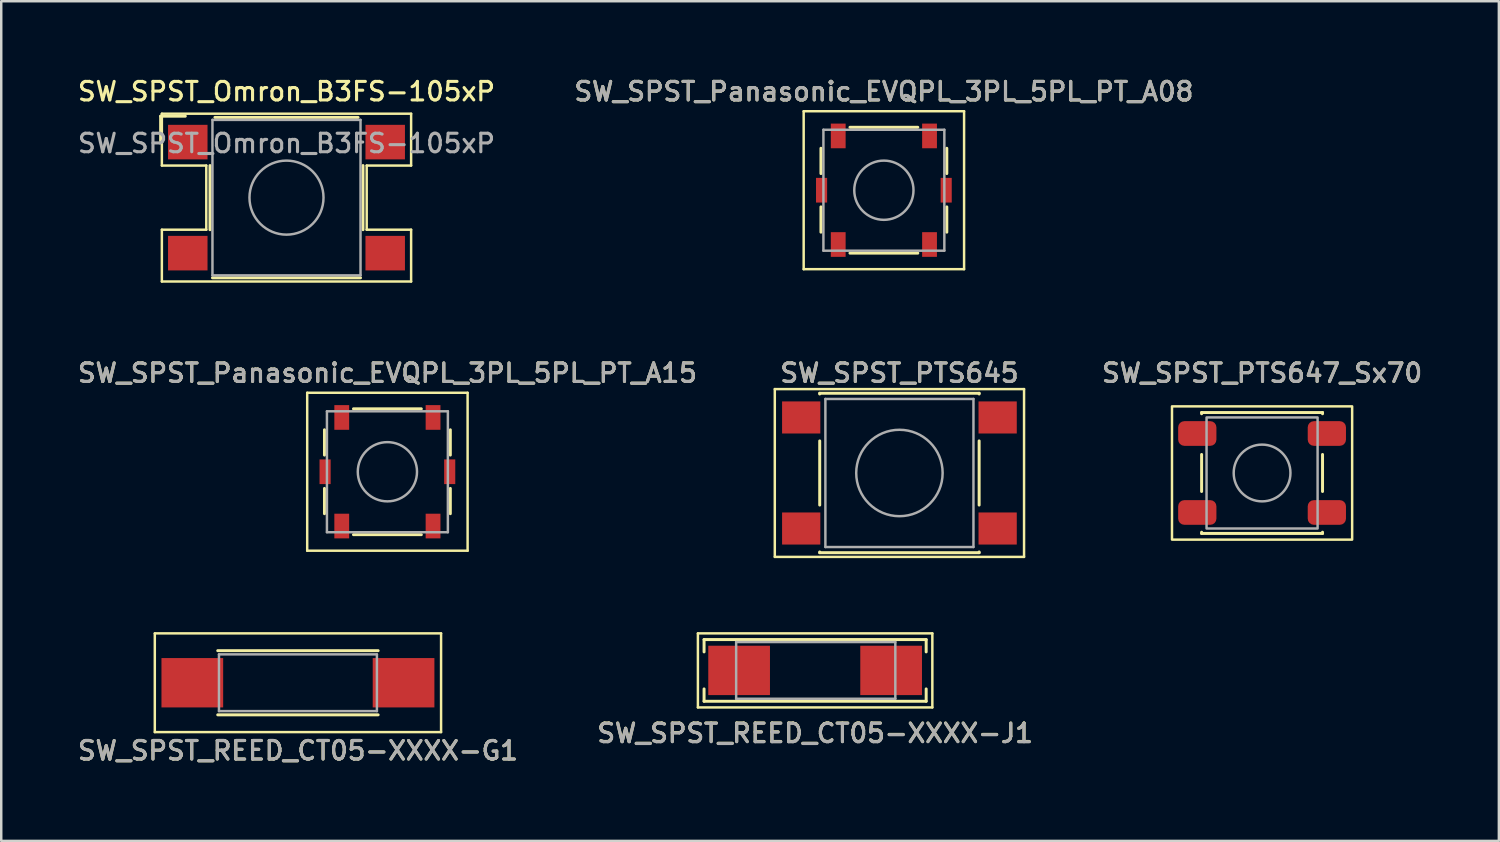
<source format=kicad_pcb>
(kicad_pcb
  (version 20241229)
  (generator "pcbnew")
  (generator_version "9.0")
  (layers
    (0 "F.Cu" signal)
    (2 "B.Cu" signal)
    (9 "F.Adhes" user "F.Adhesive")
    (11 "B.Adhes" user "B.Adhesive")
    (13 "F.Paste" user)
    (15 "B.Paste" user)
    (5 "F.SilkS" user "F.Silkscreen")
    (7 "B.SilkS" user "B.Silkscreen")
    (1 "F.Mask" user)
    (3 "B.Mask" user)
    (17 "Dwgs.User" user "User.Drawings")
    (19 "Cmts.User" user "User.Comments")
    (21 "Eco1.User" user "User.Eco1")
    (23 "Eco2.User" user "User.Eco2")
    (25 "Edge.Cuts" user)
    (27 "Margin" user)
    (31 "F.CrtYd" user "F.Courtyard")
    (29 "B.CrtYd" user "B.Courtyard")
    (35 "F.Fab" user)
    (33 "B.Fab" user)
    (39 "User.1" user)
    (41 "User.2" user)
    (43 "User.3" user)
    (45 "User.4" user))
  (footprint "SW_SPST_REED_CT05-XXXX-J1"
    (layer "F.Cu")
    (at 29.98 24.116)
    (property "Reference" "SW_SPST_REED_CT05-XXXX-J1" (at 0 2.54 0) (layer "F.SilkS") (effects (font (size 0.75 0.75) (thickness 0.125))))
    (attr smd)
    (fp_line (start -4.75 -1.5) (end -4.75 1.5) (stroke (width 0.1) (type solid)) (layer "F.SilkS"))
    (fp_line (start -4.75 1.5) (end 4.75 1.5) (stroke (width 0.1) (type solid)) (layer "F.SilkS"))
    (fp_line (start -4.5 -1.25) (end -4.5 -0.75) (stroke (width 0.12) (type solid)) (layer "F.SilkS"))
    (fp_line (start -4.5 0.75) (end -4.5 1.25) (stroke (width 0.12) (type solid)) (layer "F.SilkS"))
    (fp_line (start -4.5 1.25) (end 4.5 1.25) (stroke (width 0.12) (type solid)) (layer "F.SilkS"))
    (fp_line (start 4.5 -1.25) (end -4.5 -1.25) (stroke (width 0.12) (type solid)) (layer "F.SilkS"))
    (fp_line (start 4.5 -0.75) (end 4.5 -1.25) (stroke (width 0.12) (type solid)) (layer "F.SilkS"))
    (fp_line (start 4.5 1.25) (end 4.5 0.75) (stroke (width 0.12) (type solid)) (layer "F.SilkS"))
    (fp_line (start 4.75 -1.5) (end -4.75 -1.5) (stroke (width 0.1) (type solid)) (layer "F.SilkS"))
    (fp_line (start 4.75 1.5) (end 4.75 -1.5) (stroke (width 0.1) (type solid)) (layer "F.SilkS"))
    (fp_line (start -3.2 -1.15) (end 3.25 -1.15) (stroke (width 0.1) (type solid)) (layer "F.Fab"))
    (fp_line (start -3.2 1.15) (end -3.2 -1.15) (stroke (width 0.1) (type solid)) (layer "F.Fab"))
    (fp_line (start 3.25 -1.15) (end 3.25 1.15) (stroke (width 0.1) (type solid)) (layer "F.Fab"))
    (fp_line (start 3.25 1.15) (end -3.2 1.15) (stroke (width 0.1) (type solid)) (layer "F.Fab"))
    (fp_text user "${REFERENCE}" (at 0 2.55 0) (layer "F.Fab") (effects (font (size 0.75 0.75) (thickness 0.125))))
    (pad "1" smd rect (at -3.08 0) (size 2.5 2) (layers "F.Cu" "F.Mask" "F.Paste"))
    (pad "2" smd rect (at 3.08 0) (size 2.5 2) (layers "F.Cu" "F.Mask" "F.Paste")))
  (footprint "SW_SPST_Omron_B3FS-105xP"
    (layer "F.Cu")
    (at 8.559 4.958)
    (property "Reference" "SW_SPST_Omron_B3FS-105xP" (at 0 -4.3 0) (layer "F.SilkS") (effects (font (size 0.75 0.75) (thickness 0.125))))
    (attr smd)
    (fp_line (start -5.1 -3.3) (end -4.1 -3.3) (stroke (width 0.12) (type solid)) (layer "F.SilkS"))
    (fp_line (start -5.1 -2.3) (end -5.1 -3.3) (stroke (width 0.12) (type solid)) (layer "F.SilkS"))
    (fp_line (start -5.05 -3.4) (end 5.05 -3.4) (stroke (width 0.1) (type solid)) (layer "F.SilkS"))
    (fp_line (start -5.05 -1.3) (end -5.05 -3.4) (stroke (width 0.1) (type solid)) (layer "F.SilkS"))
    (fp_line (start -5.05 1.3) (end -3.25 1.3) (stroke (width 0.1) (type solid)) (layer "F.SilkS"))
    (fp_line (start -5.05 3.4) (end -5.05 1.3) (stroke (width 0.1) (type solid)) (layer "F.SilkS"))
    (fp_line (start -3.25 -1.3) (end -5.05 -1.3) (stroke (width 0.1) (type solid)) (layer "F.SilkS"))
    (fp_line (start -3.25 1.3) (end -3.25 -1.3) (stroke (width 0.1) (type solid)) (layer "F.SilkS"))
    (fp_line (start -3.1 -1.3) (end -3.1 1.3) (stroke (width 0.12) (type solid)) (layer "F.SilkS"))
    (fp_line (start 2.9 -3.25) (end -2.9 -3.25) (stroke (width 0.12) (type solid)) (layer "F.SilkS"))
    (fp_line (start 3 3.25) (end -3 3.25) (stroke (width 0.12) (type solid)) (layer "F.SilkS"))
    (fp_line (start 3.1 -1.3) (end 3.1 1.3) (stroke (width 0.12) (type solid)) (layer "F.SilkS"))
    (fp_line (start 3.25 -1.3) (end 3.25 1.3) (stroke (width 0.1) (type solid)) (layer "F.SilkS"))
    (fp_line (start 3.25 1.3) (end 5.05 1.3) (stroke (width 0.1) (type solid)) (layer "F.SilkS"))
    (fp_line (start 5.05 -3.4) (end 5.05 -1.3) (stroke (width 0.1) (type solid)) (layer "F.SilkS"))
    (fp_line (start 5.05 -1.3) (end 3.25 -1.3) (stroke (width 0.1) (type solid)) (layer "F.SilkS"))
    (fp_line (start 5.05 1.3) (end 5.05 3.4) (stroke (width 0.1) (type solid)) (layer "F.SilkS"))
    (fp_line (start 5.05 3.4) (end -5.05 3.4) (stroke (width 0.1) (type solid)) (layer "F.SilkS"))
    (fp_line (start -3 -3.15) (end 3 -3.15) (stroke (width 0.1) (type solid)) (layer "F.Fab"))
    (fp_line (start -3 3.15) (end -3 -3.15) (stroke (width 0.1) (type solid)) (layer "F.Fab"))
    (fp_line (start 3 -3.15) (end 3 3.15) (stroke (width 0.1) (type solid)) (layer "F.Fab"))
    (fp_line (start 3 3.15) (end -3 3.15) (stroke (width 0.1) (type solid)) (layer "F.Fab"))
    (fp_circle (center 0 0) (end 1.5 0) (stroke (width 0.1) (type solid)) (fill no) (layer "F.Fab"))
    (fp_text user "${REFERENCE}" (at 0 -2.2 0) (layer "F.Fab") (effects (font (size 0.75 0.75) (thickness 0.125))))
    (pad "1" smd rect (at -4 -2.25 180) (size 1.6 1.4) (layers "F.Cu" "F.Mask" "F.Paste"))
    (pad "1" smd rect (at 4 -2.25 180) (size 1.6 1.4) (layers "F.Cu" "F.Mask" "F.Paste"))
    (pad "2" smd rect (at -4 2.25 180) (size 1.6 1.4) (layers "F.Cu" "F.Mask" "F.Paste"))
    (pad "2" smd rect (at 4 2.25 180) (size 1.6 1.4) (layers "F.Cu" "F.Mask" "F.Paste")))
  (footprint "SW_SPST_Panasonic_EVQPL_3PL_5PL_PT_A15"
    (layer "F.Cu")
    (at 12.648 16.066)
    (property "Reference" "SW_SPST_Panasonic_EVQPL_3PL_5PL_PT_A15" (at 0 -4 0) (layer "F.SilkS") (effects (font (size 0.75 0.75) (thickness 0.125))))
    (attr smd)
    (fp_line (start -3.25 -3.2) (end 3.25 -3.2) (stroke (width 0.1) (type solid)) (layer "F.SilkS"))
    (fp_line (start -3.25 3.2) (end -3.25 -3.2) (stroke (width 0.1) (type solid)) (layer "F.SilkS"))
    (fp_line (start -3.25 3.2) (end 3.25 3.2) (stroke (width 0.1) (type solid)) (layer "F.SilkS"))
    (fp_line (start -2.55 -1.7) (end -2.55 -0.675) (stroke (width 0.12) (type solid)) (layer "F.SilkS"))
    (fp_line (start -2.55 0.675) (end -2.55 1.7) (stroke (width 0.12) (type solid)) (layer "F.SilkS"))
    (fp_line (start -1.375 -2.55) (end 1.375 -2.55) (stroke (width 0.12) (type solid)) (layer "F.SilkS"))
    (fp_line (start -1.375 2.55) (end 1.375 2.55) (stroke (width 0.12) (type solid)) (layer "F.SilkS"))
    (fp_line (start 2.55 -1.7) (end 2.55 -0.675) (stroke (width 0.12) (type solid)) (layer "F.SilkS"))
    (fp_line (start 2.55 0.675) (end 2.55 1.7) (stroke (width 0.12) (type solid)) (layer "F.SilkS"))
    (fp_line (start 3.25 3.2) (end 3.25 -3.2) (stroke (width 0.1) (type solid)) (layer "F.SilkS"))
    (fp_line (start -2.45 -2.45) (end -2.45 2.45) (stroke (width 0.1) (type solid)) (layer "F.Fab"))
    (fp_line (start -2.45 -2.45) (end 2.45 -2.45) (stroke (width 0.1) (type solid)) (layer "F.Fab"))
    (fp_line (start 2.45 -2.45) (end 2.45 2.45) (stroke (width 0.1) (type solid)) (layer "F.Fab"))
    (fp_line (start 2.45 2.45) (end -2.45 2.45) (stroke (width 0.1) (type solid)) (layer "F.Fab"))
    (fp_circle (center 0 0) (end 1.2 0) (stroke (width 0.1) (type solid)) (fill no) (layer "F.Fab"))
    (fp_text user "${REFERENCE}" (at 0 -4 0) (layer "F.Fab") (effects (font (size 0.75 0.75) (thickness 0.125))))
    (pad "0" smd rect (at -2.525 0) (size 0.45 1) (layers "F.Cu" "F.Mask" "F.Paste"))
    (pad "0" smd rect (at 2.525 0) (size 0.45 1) (layers "F.Cu" "F.Mask" "F.Paste"))
    (pad "1" smd rect (at -1.85 -2.2) (size 0.6 1) (layers "F.Cu" "F.Mask" "F.Paste"))
    (pad "1" smd rect (at -1.85 2.2) (size 0.6 1) (layers "F.Cu" "F.Mask" "F.Paste"))
    (pad "2" smd rect (at 1.85 -2.2) (size 0.6 1) (layers "F.Cu" "F.Mask" "F.Paste"))
    (pad "2" smd rect (at 1.85 2.2) (size 0.6 1) (layers "F.Cu" "F.Mask" "F.Paste")))
  (footprint "SW_SPST_REED_CT05-XXXX-G1"
    (layer "F.Cu")
    (at 9.023 24.616)
    (property "Reference" "SW_SPST_REED_CT05-XXXX-G1" (at 0 2.75 0) (layer "F.SilkS") (effects (font (size 0.75 0.75) (thickness 0.125))))
    (attr smd)
    (fp_line (start -5.8 -2) (end 5.8 -2) (stroke (width 0.1) (type solid)) (layer "F.SilkS"))
    (fp_line (start -5.8 2) (end -5.8 -2) (stroke (width 0.1) (type solid)) (layer "F.SilkS"))
    (fp_line (start -3.25 -1.3) (end 3.25 -1.3) (stroke (width 0.12) (type solid)) (layer "F.SilkS"))
    (fp_line (start 3.25 1.3) (end -3.25 1.3) (stroke (width 0.12) (type solid)) (layer "F.SilkS"))
    (fp_line (start 5.8 -2) (end 5.8 2) (stroke (width 0.1) (type solid)) (layer "F.SilkS"))
    (fp_line (start 5.8 2) (end -5.8 2) (stroke (width 0.1) (type solid)) (layer "F.SilkS"))
    (fp_line (start -3.2 -1.15) (end -3.2 1.15) (stroke (width 0.1) (type solid)) (layer "F.Fab"))
    (fp_line (start -3.2 1.15) (end 3.2 1.15) (stroke (width 0.1) (type solid)) (layer "F.Fab"))
    (fp_line (start 3.2 -1.15) (end -3.2 -1.15) (stroke (width 0.1) (type solid)) (layer "F.Fab"))
    (fp_line (start 3.2 1.15) (end 3.2 -1.15) (stroke (width 0.1) (type solid)) (layer "F.Fab"))
    (fp_text user "${REFERENCE}" (at 0 2.75 0) (layer "F.Fab") (effects (font (size 0.75 0.75) (thickness 0.125))))
    (pad "1" smd rect (at -4.28 0) (size 2.5 2) (layers "F.Cu" "F.Mask" "F.Paste"))
    (pad "2" smd rect (at 4.28 0) (size 2.5 2) (layers "F.Cu" "F.Mask" "F.Paste")))
  (footprint "SW_SPST_PTS647_Sx70"
    (layer "F.Cu")
    (at 48.091 16.116)
    (property "Reference" "SW_SPST_PTS647_Sx70" (at 0 -4.05 0) (layer "F.SilkS") (effects (font (size 0.75 0.75) (thickness 0.125))))
    (attr smd)
    (fp_line (start -2.45 -2.45) (end -2.45 -2.4) (stroke (width 0.12) (type solid)) (layer "F.SilkS"))
    (fp_line (start -2.45 -2.45) (end 2.45 -2.45) (stroke (width 0.12) (type solid)) (layer "F.SilkS"))
    (fp_line (start -2.45 -0.75) (end -2.45 0.75) (stroke (width 0.12) (type solid)) (layer "F.SilkS"))
    (fp_line (start -2.45 2.45) (end -2.45 2.4) (stroke (width 0.12) (type solid)) (layer "F.SilkS"))
    (fp_line (start -2.45 2.45) (end 2.45 2.45) (stroke (width 0.12) (type solid)) (layer "F.SilkS"))
    (fp_line (start 2.45 -2.45) (end 2.45 -2.4) (stroke (width 0.12) (type solid)) (layer "F.SilkS"))
    (fp_line (start 2.45 -0.75) (end 2.45 0.75) (stroke (width 0.12) (type solid)) (layer "F.SilkS"))
    (fp_line (start 2.45 2.45) (end 2.45 2.4) (stroke (width 0.12) (type solid)) (layer "F.SilkS"))
    (fp_rect (start -3.65 -2.7) (end 3.65 2.7) (stroke (width 0.1) (type default)) (fill no) (layer "F.SilkS"))
    (fp_rect (start -2.25 -2.25) (end 2.25 2.25) (stroke (width 0.1) (type default)) (fill no) (layer "F.Fab"))
    (fp_circle (center 0 0) (end 1.15 0) (stroke (width 0.1) (type solid)) (fill no) (layer "F.Fab"))
    (fp_text user "${REFERENCE}" (at 0 -4.05 0) (layer "F.Fab") (effects (font (size 0.75 0.75) (thickness 0.125))))
    (pad "1" smd roundrect (at -2.625 -1.6) (size 1.55 1) (layers "F.Cu" "F.Mask" "F.Paste") (roundrect_rratio 0.25))
    (pad "1" smd roundrect (at 2.625 -1.6) (size 1.55 1) (layers "F.Cu" "F.Mask" "F.Paste") (roundrect_rratio 0.25))
    (pad "2" smd roundrect (at -2.625 1.6) (size 1.55 1) (layers "F.Cu" "F.Mask" "F.Paste") (roundrect_rratio 0.25))
    (pad "2" smd roundrect (at 2.625 1.6) (size 1.55 1) (layers "F.Cu" "F.Mask" "F.Paste") (roundrect_rratio 0.25)))
  (footprint "SW_SPST_PTS645"
    (layer "F.Cu")
    (at 33.396 16.116)
    (property "Reference" "SW_SPST_PTS645" (at 0 -4.05 0) (layer "F.SilkS") (effects (font (size 0.75 0.75) (thickness 0.125))))
    (attr smd)
    (fp_line (start -5.05 -3.4) (end -5.05 3.4) (stroke (width 0.1) (type solid)) (layer "F.SilkS"))
    (fp_line (start -5.05 -3.4) (end 5.05 -3.4) (stroke (width 0.1) (type solid)) (layer "F.SilkS"))
    (fp_line (start -5.05 3.4) (end 5.05 3.4) (stroke (width 0.1) (type solid)) (layer "F.SilkS"))
    (fp_line (start -3.23 -3.23) (end 3.23 -3.23) (stroke (width 0.12) (type solid)) (layer "F.SilkS"))
    (fp_line (start -3.23 -3.2) (end -3.23 -3.23) (stroke (width 0.12) (type solid)) (layer "F.SilkS"))
    (fp_line (start -3.23 -1.3) (end -3.23 1.3) (stroke (width 0.12) (type solid)) (layer "F.SilkS"))
    (fp_line (start -3.23 3.23) (end -3.23 3.2) (stroke (width 0.12) (type solid)) (layer "F.SilkS"))
    (fp_line (start -3.23 3.23) (end 3.23 3.23) (stroke (width 0.12) (type solid)) (layer "F.SilkS"))
    (fp_line (start 3.23 -3.23) (end 3.23 -3.2) (stroke (width 0.12) (type solid)) (layer "F.SilkS"))
    (fp_line (start 3.23 -1.3) (end 3.23 1.3) (stroke (width 0.12) (type solid)) (layer "F.SilkS"))
    (fp_line (start 3.23 3.23) (end 3.23 3.2) (stroke (width 0.12) (type solid)) (layer "F.SilkS"))
    (fp_line (start 5.05 3.4) (end 5.05 -3.4) (stroke (width 0.1) (type solid)) (layer "F.SilkS"))
    (fp_line (start -3 -3) (end -3 3) (stroke (width 0.1) (type solid)) (layer "F.Fab"))
    (fp_line (start -3 3) (end 3 3) (stroke (width 0.1) (type solid)) (layer "F.Fab"))
    (fp_line (start 3 -3) (end -3 -3) (stroke (width 0.1) (type solid)) (layer "F.Fab"))
    (fp_line (start 3 3) (end 3 -3) (stroke (width 0.1) (type solid)) (layer "F.Fab"))
    (fp_circle (center 0 0) (end 1.75 -0.05) (stroke (width 0.1) (type solid)) (fill no) (layer "F.Fab"))
    (fp_text user "${REFERENCE}" (at 0 -4.05 0) (layer "F.Fab") (effects (font (size 0.75 0.75) (thickness 0.125))))
    (pad "1" smd rect (at -3.98 -2.25) (size 1.55 1.3) (layers "F.Cu" "F.Mask" "F.Paste"))
    (pad "1" smd rect (at 3.98 -2.25) (size 1.55 1.3) (layers "F.Cu" "F.Mask" "F.Paste"))
    (pad "2" smd rect (at -3.98 2.25) (size 1.55 1.3) (layers "F.Cu" "F.Mask" "F.Paste"))
    (pad "2" smd rect (at 3.98 2.25) (size 1.55 1.3) (layers "F.Cu" "F.Mask" "F.Paste")))
  (footprint "SW_SPST_Panasonic_EVQPL_3PL_5PL_PT_A08"
    (layer "F.Cu")
    (at 32.766 4.658)
    (property "Reference" "SW_SPST_Panasonic_EVQPL_3PL_5PL_PT_A08" (at 0 -4 0) (layer "F.SilkS") (effects (font (size 0.75 0.75) (thickness 0.125))))
    (attr smd)
    (fp_line (start -3.25 -3.2) (end 3.25 -3.2) (stroke (width 0.1) (type solid)) (layer "F.SilkS"))
    (fp_line (start -3.25 3.2) (end -3.25 -3.2) (stroke (width 0.1) (type solid)) (layer "F.SilkS"))
    (fp_line (start -3.25 3.2) (end 3.25 3.2) (stroke (width 0.1) (type solid)) (layer "F.SilkS"))
    (fp_line (start -2.55 -1.7) (end -2.55 -0.675) (stroke (width 0.12) (type solid)) (layer "F.SilkS"))
    (fp_line (start -2.55 0.675) (end -2.55 1.7) (stroke (width 0.12) (type solid)) (layer "F.SilkS"))
    (fp_line (start -1.375 -2.55) (end 1.375 -2.55) (stroke (width 0.12) (type solid)) (layer "F.SilkS"))
    (fp_line (start -1.375 2.55) (end 1.375 2.55) (stroke (width 0.12) (type solid)) (layer "F.SilkS"))
    (fp_line (start 2.55 -1.7) (end 2.55 -0.675) (stroke (width 0.12) (type solid)) (layer "F.SilkS"))
    (fp_line (start 2.55 0.675) (end 2.55 1.7) (stroke (width 0.12) (type solid)) (layer "F.SilkS"))
    (fp_line (start 3.25 3.2) (end 3.25 -3.2) (stroke (width 0.1) (type solid)) (layer "F.SilkS"))
    (fp_line (start -2.45 -2.45) (end -2.45 2.45) (stroke (width 0.1) (type solid)) (layer "F.Fab"))
    (fp_line (start -2.45 -2.45) (end 2.45 -2.45) (stroke (width 0.1) (type solid)) (layer "F.Fab"))
    (fp_line (start 2.45 -2.45) (end 2.45 2.45) (stroke (width 0.1) (type solid)) (layer "F.Fab"))
    (fp_line (start 2.45 2.45) (end -2.45 2.45) (stroke (width 0.1) (type solid)) (layer "F.Fab"))
    (fp_circle (center 0 0) (end 1.2 0) (stroke (width 0.1) (type solid)) (fill no) (layer "F.Fab"))
    (fp_text user "${REFERENCE}" (at 0 -4 0) (layer "F.Fab") (effects (font (size 0.75 0.75) (thickness 0.125))))
    (pad "0" smd rect (at -2.525 0) (size 0.45 1) (layers "F.Cu" "F.Mask" "F.Paste"))
    (pad "0" smd rect (at 2.525 0) (size 0.45 1) (layers "F.Cu" "F.Mask" "F.Paste"))
    (pad "1" smd rect (at -1.85 -2.2) (size 0.6 1) (layers "F.Cu" "F.Mask" "F.Paste"))
    (pad "1" smd rect (at -1.85 2.2) (size 0.6 1) (layers "F.Cu" "F.Mask" "F.Paste"))
    (pad "2" smd rect (at 1.85 -2.2) (size 0.6 1) (layers "F.Cu" "F.Mask" "F.Paste"))
    (pad "2" smd rect (at 1.85 2.2) (size 0.6 1) (layers "F.Cu" "F.Mask" "F.Paste")))
  (gr_rect
    (start -3 -3)
    (end 57.686 31.024)
    (stroke (width 0.1) (type default))
    (fill no)
    (layer "Edge.Cuts")))
</source>
